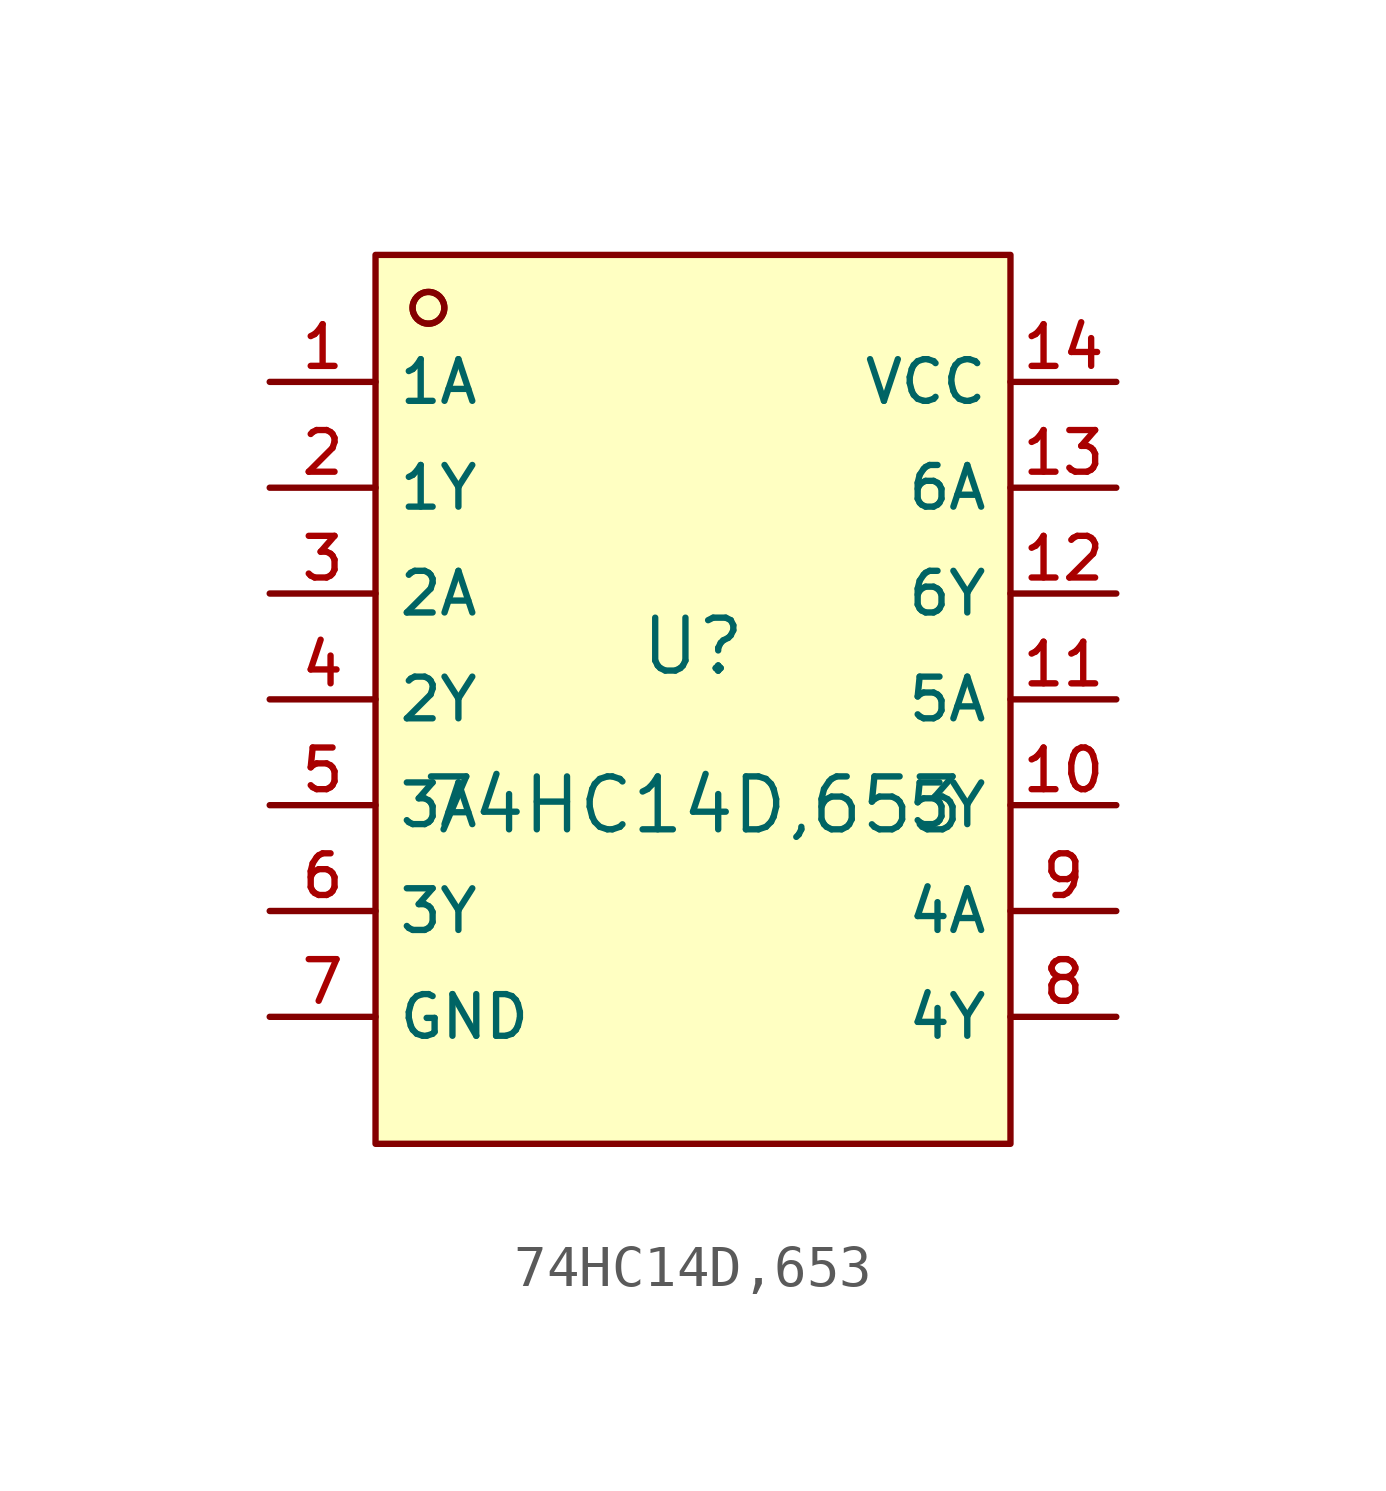
<source format=kicad_sym>
(kicad_symbol_lib
  (version 20210201)
  (generator TousstNicolas/JLC2KiCad_lib)
  (symbol "74HC14D,653"
    (property "Reference" "U"
      (at 0 1.27 0)
      (effects (font (size 1.27 1.27))))
    (property "Value" "74HC14D,653"
      (at 0 -2.54 0)
      (effects (font (size 1.27 1.27))))
    (symbol "74HC14D,653_0_1"
      (circle (center -6.35 9.398) (radius 0.381) (stroke (width 0) (type default) (color 0 0 0 0)) (fill (type background)))
      (rectangle (start -7.62 10.668) (end 7.62 -10.668) (stroke (width 0) (type default) (color 0 0 0 0)) (fill (type background)))
      (circle (center -6.35 9.398) (radius 0.381) (stroke (width 0) (type default) (color 0 0 0 0)) (fill (type background)))
      (pin unspecified line (at -10.16 7.62 0) (length 2.54) (name "1A" (effects (font (size 1 1)))) (number "1" (effects (font (size 1 1)))))
      (pin unspecified line (at -10.16 5.08 0) (length 2.54) (name "1Y" (effects (font (size 1 1)))) (number "2" (effects (font (size 1 1)))))
      (pin unspecified line (at -10.16 2.54 0) (length 2.54) (name "2A" (effects (font (size 1 1)))) (number "3" (effects (font (size 1 1)))))
      (pin unspecified line (at -10.16 -0.0 0) (length 2.54) (name "2Y" (effects (font (size 1 1)))) (number "4" (effects (font (size 1 1)))))
      (pin unspecified line (at -10.16 -2.54 0) (length 2.54) (name "3A" (effects (font (size 1 1)))) (number "5" (effects (font (size 1 1)))))
      (pin unspecified line (at -10.16 -5.08 0) (length 2.54) (name "3Y" (effects (font (size 1 1)))) (number "6" (effects (font (size 1 1)))))
      (pin unspecified line (at -10.16 -7.62 0) (length 2.54) (name "GND" (effects (font (size 1 1)))) (number "7" (effects (font (size 1 1)))))
      (pin unspecified line (at 10.16 -7.62 180) (length 2.54) (name "4Y" (effects (font (size 1 1)))) (number "8" (effects (font (size 1 1)))))
      (pin unspecified line (at 10.16 -5.08 180) (length 2.54) (name "4A" (effects (font (size 1 1)))) (number "9" (effects (font (size 1 1)))))
      (pin unspecified line (at 10.16 -2.54 180) (length 2.54) (name "5Y" (effects (font (size 1 1)))) (number "10" (effects (font (size 1 1)))))
      (pin unspecified line (at 10.16 -0.0 180) (length 2.54) (name "5A" (effects (font (size 1 1)))) (number "11" (effects (font (size 1 1)))))
      (pin unspecified line (at 10.16 2.54 180) (length 2.54) (name "6Y" (effects (font (size 1 1)))) (number "12" (effects (font (size 1 1)))))
      (pin unspecified line (at 10.16 5.08 180) (length 2.54) (name "6A" (effects (font (size 1 1)))) (number "13" (effects (font (size 1 1)))))
      (pin unspecified line (at 10.16 7.62 180) (length 2.54) (name "VCC" (effects (font (size 1 1)))) (number "14" (effects (font (size 1 1))))))))
</source>
